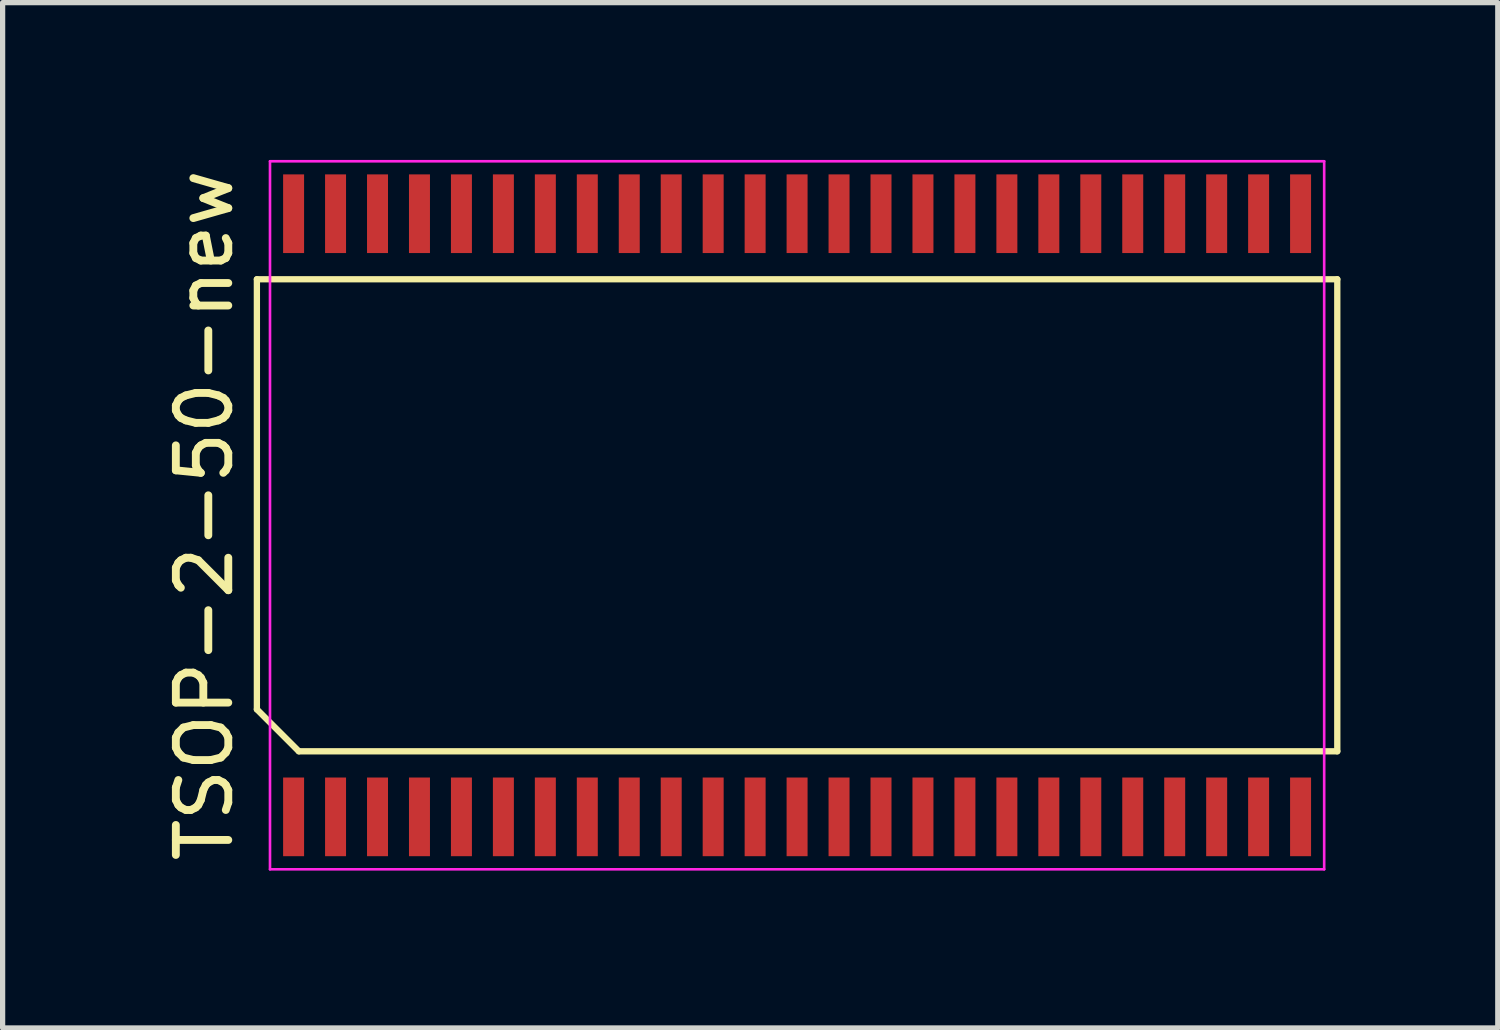
<source format=kicad_pcb>
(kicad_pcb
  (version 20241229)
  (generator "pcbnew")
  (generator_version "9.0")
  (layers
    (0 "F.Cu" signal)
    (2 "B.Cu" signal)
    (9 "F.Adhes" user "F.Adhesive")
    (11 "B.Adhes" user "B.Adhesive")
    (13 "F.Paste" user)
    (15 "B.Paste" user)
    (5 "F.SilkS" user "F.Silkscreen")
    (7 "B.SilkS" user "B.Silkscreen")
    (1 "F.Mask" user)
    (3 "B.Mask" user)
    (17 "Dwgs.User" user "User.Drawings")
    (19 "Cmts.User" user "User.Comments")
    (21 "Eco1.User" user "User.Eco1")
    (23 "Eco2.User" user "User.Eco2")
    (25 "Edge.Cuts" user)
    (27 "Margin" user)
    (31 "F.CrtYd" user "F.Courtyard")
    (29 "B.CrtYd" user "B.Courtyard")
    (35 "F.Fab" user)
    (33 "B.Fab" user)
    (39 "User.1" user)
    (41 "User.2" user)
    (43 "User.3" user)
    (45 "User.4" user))
  (footprint "TSOP-2-50-new"
    (layer "F.Cu")
    (at 12.148 6.775)
    (property "Reference" "TSOP-2-50-new" (at -11.3 0 90) (layer "F.SilkS") (effects (font (size 1 1) (thickness 0.15))))
    (attr smd)
    (fp_line (start -10.3 -4.5) (end 10.3 -4.5) (stroke (width 0.12) (type default)) (layer "F.SilkS"))
    (fp_line (start -10.3 3.7) (end -10.3 -4.5) (stroke (width 0.12) (type default)) (layer "F.SilkS"))
    (fp_line (start -9.5 4.5) (end -10.3 3.7) (stroke (width 0.12) (type default)) (layer "F.SilkS"))
    (fp_line (start 10.3 -4.5) (end 10.3 4.5) (stroke (width 0.12) (type default)) (layer "F.SilkS"))
    (fp_line (start 10.3 4.5) (end -9.5 4.5) (stroke (width 0.12) (type default)) (layer "F.SilkS"))
    (fp_line (start -10.05 -6.75) (end 10.05 -6.75) (stroke (width 0.05) (type default)) (layer "F.CrtYd"))
    (fp_line (start -10.05 6.75) (end -10.05 -6.75) (stroke (width 0.05) (type default)) (layer "F.CrtYd"))
    (fp_line (start 10.05 -6.75) (end 10.05 6.75) (stroke (width 0.05) (type default)) (layer "F.CrtYd"))
    (fp_line (start 10.05 6.75) (end -10.05 6.75) (stroke (width 0.05) (type default)) (layer "F.CrtYd"))
    (pad "1" smd rect (at -9.6 5.75) (size 0.4 1.5) (layers "F.Cu" "F.Mask" "F.Paste"))
    (pad "2" smd rect (at -8.8 5.75) (size 0.4 1.5) (layers "F.Cu" "F.Mask" "F.Paste"))
    (pad "3" smd rect (at -8 5.75) (size 0.4 1.5) (layers "F.Cu" "F.Mask" "F.Paste"))
    (pad "4" smd rect (at -7.2 5.75) (size 0.4 1.5) (layers "F.Cu" "F.Mask" "F.Paste"))
    (pad "5" smd rect (at -6.4 5.75) (size 0.4 1.5) (layers "F.Cu" "F.Mask" "F.Paste"))
    (pad "6" smd rect (at -5.6 5.75) (size 0.4 1.5) (layers "F.Cu" "F.Mask" "F.Paste"))
    (pad "7" smd rect (at -4.8 5.75) (size 0.4 1.5) (layers "F.Cu" "F.Mask" "F.Paste"))
    (pad "8" smd rect (at -4 5.75) (size 0.4 1.5) (layers "F.Cu" "F.Mask" "F.Paste"))
    (pad "9" smd rect (at -3.2 5.75) (size 0.4 1.5) (layers "F.Cu" "F.Mask" "F.Paste"))
    (pad "10" smd rect (at -2.4 5.75) (size 0.4 1.5) (layers "F.Cu" "F.Mask" "F.Paste"))
    (pad "11" smd rect (at -1.6 5.75) (size 0.4 1.5) (layers "F.Cu" "F.Mask" "F.Paste"))
    (pad "12" smd rect (at -0.8 5.75) (size 0.4 1.5) (layers "F.Cu" "F.Mask" "F.Paste"))
    (pad "13" smd rect (at 0 5.75) (size 0.4 1.5) (layers "F.Cu" "F.Mask" "F.Paste"))
    (pad "14" smd rect (at 0.8 5.75) (size 0.4 1.5) (layers "F.Cu" "F.Mask" "F.Paste"))
    (pad "15" smd rect (at 1.6 5.75) (size 0.4 1.5) (layers "F.Cu" "F.Mask" "F.Paste"))
    (pad "16" smd rect (at 2.4 5.75) (size 0.4 1.5) (layers "F.Cu" "F.Mask" "F.Paste"))
    (pad "17" smd rect (at 3.2 5.75) (size 0.4 1.5) (layers "F.Cu" "F.Mask" "F.Paste"))
    (pad "18" smd rect (at 4 5.75) (size 0.4 1.5) (layers "F.Cu" "F.Mask" "F.Paste"))
    (pad "19" smd rect (at 4.8 5.75) (size 0.4 1.5) (layers "F.Cu" "F.Mask" "F.Paste"))
    (pad "20" smd rect (at 5.6 5.75) (size 0.4 1.5) (layers "F.Cu" "F.Mask" "F.Paste"))
    (pad "21" smd rect (at 6.4 5.75) (size 0.4 1.5) (layers "F.Cu" "F.Mask" "F.Paste"))
    (pad "22" smd rect (at 7.2 5.75) (size 0.4 1.5) (layers "F.Cu" "F.Mask" "F.Paste"))
    (pad "23" smd rect (at 8 5.75) (size 0.4 1.5) (layers "F.Cu" "F.Mask" "F.Paste"))
    (pad "24" smd rect (at 8.8 5.75) (size 0.4 1.5) (layers "F.Cu" "F.Mask" "F.Paste"))
    (pad "25" smd rect (at 9.6 5.75) (size 0.4 1.5) (layers "F.Cu" "F.Mask" "F.Paste"))
    (pad "26" smd rect (at 9.6 -5.75) (size 0.4 1.5) (layers "F.Cu" "F.Mask" "F.Paste"))
    (pad "27" smd rect (at 8.8 -5.75) (size 0.4 1.5) (layers "F.Cu" "F.Mask" "F.Paste"))
    (pad "28" smd rect (at 8 -5.75) (size 0.4 1.5) (layers "F.Cu" "F.Mask" "F.Paste"))
    (pad "29" smd rect (at 7.2 -5.75) (size 0.4 1.5) (layers "F.Cu" "F.Mask" "F.Paste"))
    (pad "30" smd rect (at 6.4 -5.75) (size 0.4 1.5) (layers "F.Cu" "F.Mask" "F.Paste"))
    (pad "31" smd rect (at 5.6 -5.75) (size 0.4 1.5) (layers "F.Cu" "F.Mask" "F.Paste"))
    (pad "32" smd rect (at 4.8 -5.75) (size 0.4 1.5) (layers "F.Cu" "F.Mask" "F.Paste"))
    (pad "33" smd rect (at 4 -5.75) (size 0.4 1.5) (layers "F.Cu" "F.Mask" "F.Paste"))
    (pad "34" smd rect (at 3.2 -5.75) (size 0.4 1.5) (layers "F.Cu" "F.Mask" "F.Paste"))
    (pad "35" smd rect (at 2.4 -5.75) (size 0.4 1.5) (layers "F.Cu" "F.Mask" "F.Paste"))
    (pad "36" smd rect (at 1.6 -5.75) (size 0.4 1.5) (layers "F.Cu" "F.Mask" "F.Paste"))
    (pad "37" smd rect (at 0.8 -5.75) (size 0.4 1.5) (layers "F.Cu" "F.Mask" "F.Paste"))
    (pad "38" smd rect (at 0 -5.75) (size 0.4 1.5) (layers "F.Cu" "F.Mask" "F.Paste"))
    (pad "39" smd rect (at -0.8 -5.75) (size 0.4 1.5) (layers "F.Cu" "F.Mask" "F.Paste"))
    (pad "40" smd rect (at -1.6 -5.75) (size 0.4 1.5) (layers "F.Cu" "F.Mask" "F.Paste"))
    (pad "41" smd rect (at -2.4 -5.75) (size 0.4 1.5) (layers "F.Cu" "F.Mask" "F.Paste"))
    (pad "42" smd rect (at -3.2 -5.75) (size 0.4 1.5) (layers "F.Cu" "F.Mask" "F.Paste"))
    (pad "43" smd rect (at -4 -5.75) (size 0.4 1.5) (layers "F.Cu" "F.Mask" "F.Paste"))
    (pad "44" smd rect (at -4.8 -5.75) (size 0.4 1.5) (layers "F.Cu" "F.Mask" "F.Paste"))
    (pad "45" smd rect (at -5.6 -5.75) (size 0.4 1.5) (layers "F.Cu" "F.Mask" "F.Paste"))
    (pad "46" smd rect (at -6.4 -5.75) (size 0.4 1.5) (layers "F.Cu" "F.Mask" "F.Paste"))
    (pad "47" smd rect (at -7.2 -5.75) (size 0.4 1.5) (layers "F.Cu" "F.Mask" "F.Paste"))
    (pad "48" smd rect (at -8 -5.75) (size 0.4 1.5) (layers "F.Cu" "F.Mask" "F.Paste"))
    (pad "49" smd rect (at -8.8 -5.75) (size 0.4 1.5) (layers "F.Cu" "F.Mask" "F.Paste"))
    (pad "50" smd rect (at -9.6 -5.75) (size 0.4 1.5) (layers "F.Cu" "F.Mask" "F.Paste")))
  (gr_rect
    (start -3 -3)
    (end 25.508 16.55)
    (stroke (width 0.1) (type default))
    (fill no)
    (layer "Edge.Cuts")))
</source>
